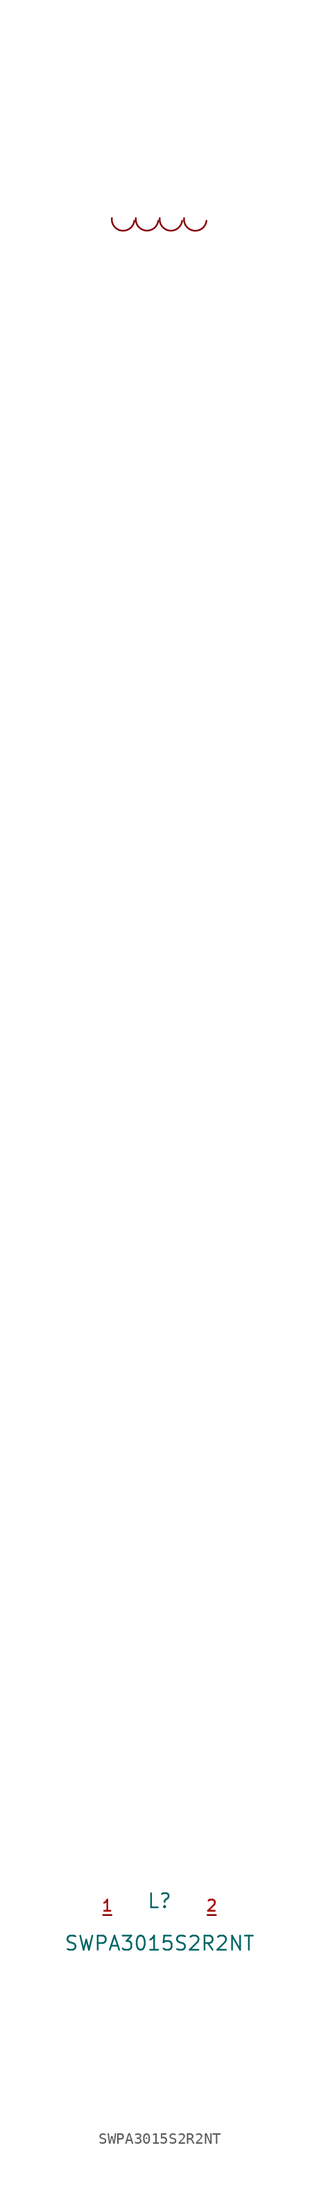
<source format=kicad_sym>
(kicad_symbol_lib
  (version 20220914)
  (generator kicad_symbol_editor)
  (symbol "SWPA3015S2R2NT"
    (pin_names hide)
    (property "Reference" "L"
      (at 0 1.27 0)
      (effects (font (size 1.27 1.27))))
    (property "Value" "SWPA3015S2R2NT"
      (at 0 -2.54 0)
      (effects (font (size 1.27 1.27))))
    (symbol "SWPA3015S2R2NT_0_1"
      (arc (start -4.2859 152.5013) (mid -3.3945 151.3745) (end -2.2676 152.2658) (stroke (width 0) (type default)) (fill (type none)))
      (arc (start -2.1312 152.5006) (mid -1.2398 151.3739) (end -0.1129 152.2652) (stroke (width 0) (type default)) (fill (type none)))
      (arc (start 0.0194 152.5006) (mid 0.9108 151.3739) (end 2.0377 152.2652) (stroke (width 0) (type default)) (fill (type none)))
      (arc (start 2.2122 152.5012) (mid 3.1036 151.3744) (end 4.2305 152.2657) (stroke (width 0) (type default)) (fill (type none))))
    (symbol "SWPA3015S2R2NT_1_1"
      (pin passive line (at -5.08 0 0) (length 0.762) (name "1" (effects (font (size 1 1)))) (number "1" (effects (font (size 1 1)))))
      (pin passive line (at 5.08 0 180) (length 0.762) (name "2" (effects (font (size 1 1)))) (number "2" (effects (font (size 1 1))))))))
</source>
